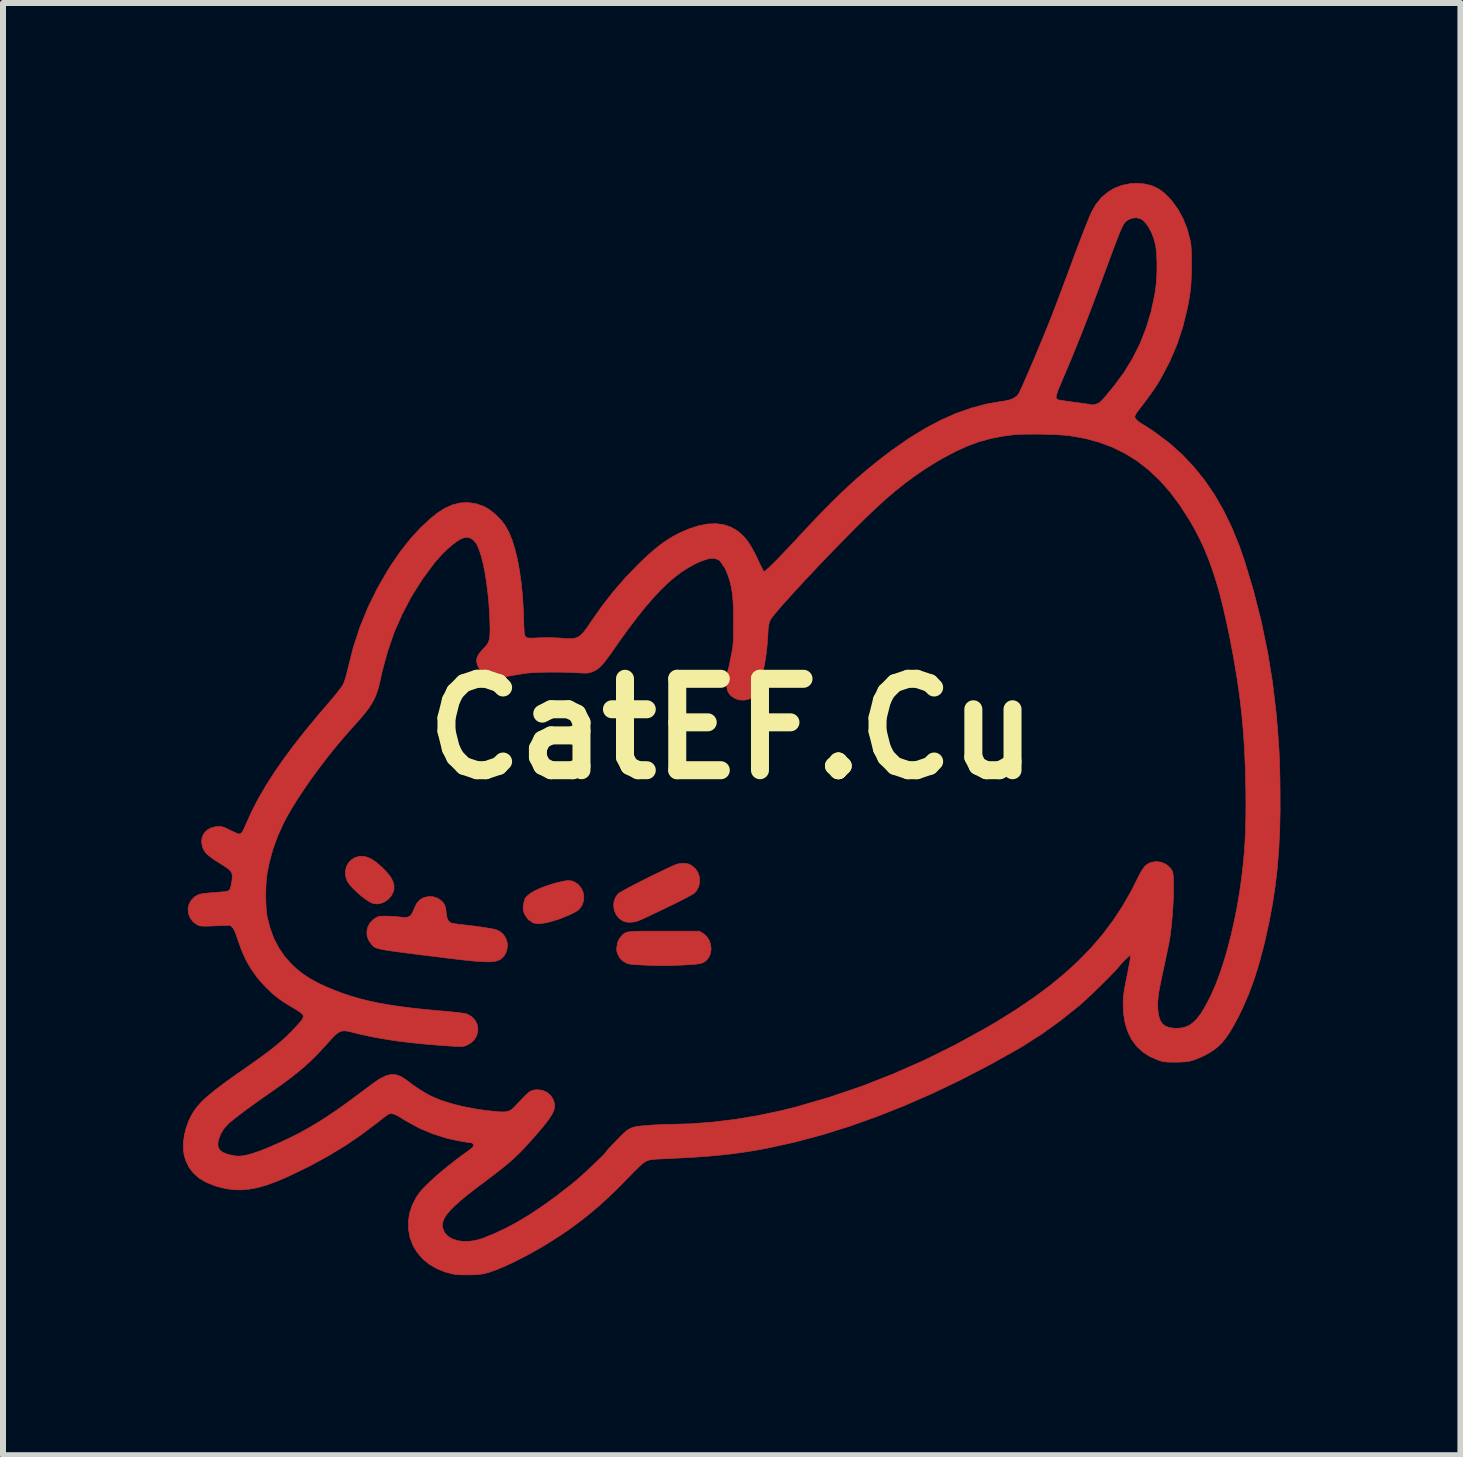
<source format=kicad_pcb>
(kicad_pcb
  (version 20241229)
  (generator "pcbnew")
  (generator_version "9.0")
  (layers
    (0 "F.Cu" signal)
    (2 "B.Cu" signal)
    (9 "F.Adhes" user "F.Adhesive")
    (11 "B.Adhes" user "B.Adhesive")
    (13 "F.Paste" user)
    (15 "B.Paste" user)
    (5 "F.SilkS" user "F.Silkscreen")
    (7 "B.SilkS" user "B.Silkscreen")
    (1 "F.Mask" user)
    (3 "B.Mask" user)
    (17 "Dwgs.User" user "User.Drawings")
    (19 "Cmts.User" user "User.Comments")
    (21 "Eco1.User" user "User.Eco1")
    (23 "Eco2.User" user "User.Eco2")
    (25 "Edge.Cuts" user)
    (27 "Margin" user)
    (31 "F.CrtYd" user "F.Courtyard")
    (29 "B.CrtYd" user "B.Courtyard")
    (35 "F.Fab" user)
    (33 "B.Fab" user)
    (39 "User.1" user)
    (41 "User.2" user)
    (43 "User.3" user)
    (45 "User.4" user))
  (footprint "CatEF.Cu"
    (layer "F.Cu")
    (at 9.145 9.098)
    (property "Reference" "CatEF.Cu" (at 0 0 0) (layer "F.SilkS") (effects (font (size 1.524 1.524) (thickness 0.3))))
    (attr through_hole)
    (fp_poly (pts (xy -6.076 2.138) (xy -6.005 2.17) (xy -5.928 2.222) (xy -5.843 2.295) (xy -5.828 2.309) (xy -5.746 2.393) (xy -5.685 2.469) (xy -5.647 2.54) (xy -5.628 2.607) (xy -5.629 2.672) (xy -5.639 2.713) (xy -5.673 2.782) (xy -5.723 2.839) (xy -5.784 2.883) (xy -5.853 2.91) (xy -5.923 2.919) (xy -5.988 2.906) (xy -6.041 2.88) (xy -6.103 2.839) (xy -6.17 2.788) (xy -6.238 2.729) (xy -6.301 2.669) (xy -6.355 2.611) (xy -6.394 2.559) (xy -6.409 2.534) (xy -6.435 2.453) (xy -6.438 2.375) (xy -6.422 2.301) (xy -6.388 2.236) (xy -6.338 2.182) (xy -6.275 2.144) (xy -6.201 2.124) (xy -6.142 2.123) (xy -6.076 2.138)) (stroke (width 0.01) (type solid)) (fill yes) (layer "F.Cu"))
    (fp_poly (pts (xy -2.677 2.533) (xy -2.64 2.544) (xy -2.623 2.551) (xy -2.557 2.594) (xy -2.508 2.653) (xy -2.477 2.721) (xy -2.464 2.795) (xy -2.47 2.87) (xy -2.495 2.941) (xy -2.541 3.004) (xy -2.555 3.018) (xy -2.585 3.038) (xy -2.632 3.065) (xy -2.689 3.093) (xy -2.738 3.115) (xy -2.872 3.168) (xy -2.994 3.207) (xy -3.101 3.233) (xy -3.192 3.246) (xy -3.265 3.244) (xy -3.299 3.236) (xy -3.327 3.224) (xy -3.34 3.212) (xy -3.34 3.211) (xy -3.35 3.201) (xy -3.356 3.2) (xy -3.376 3.189) (xy -3.402 3.161) (xy -3.429 3.124) (xy -3.453 3.083) (xy -3.468 3.045) (xy -3.468 3.044) (xy -3.476 2.97) (xy -3.463 2.89) (xy -3.453 2.861) (xy -3.445 2.836) (xy -3.444 2.826) (xy -3.444 2.826) (xy -3.438 2.818) (xy -3.418 2.797) (xy -3.394 2.773) (xy -3.346 2.736) (xy -3.278 2.697) (xy -3.193 2.658) (xy -3.097 2.621) (xy -2.994 2.587) (xy -2.912 2.564) (xy -2.83 2.545) (xy -2.767 2.533) (xy -2.718 2.529) (xy -2.677 2.533)) (stroke (width 0.01) (type solid)) (fill yes) (layer "F.Cu"))
    (fp_poly (pts (xy -1.129 3.372) (xy -0.538 3.372) (xy -0.476 3.41) (xy -0.418 3.459) (xy -0.376 3.522) (xy -0.351 3.594) (xy -0.343 3.669) (xy -0.353 3.742) (xy -0.382 3.809) (xy -0.421 3.857) (xy -0.445 3.877) (xy -0.471 3.893) (xy -0.503 3.905) (xy -0.544 3.915) (xy -0.598 3.922) (xy -0.668 3.928) (xy -0.757 3.933) (xy -0.828 3.937) (xy -0.922 3.941) (xy -0.999 3.944) (xy -1.063 3.946) (xy -1.121 3.947) (xy -1.177 3.947) (xy -1.238 3.945) (xy -1.308 3.943) (xy -1.394 3.94) (xy -1.484 3.936) (xy -1.567 3.932) (xy -1.629 3.928) (xy -1.674 3.924) (xy -1.707 3.919) (xy -1.733 3.912) (xy -1.755 3.903) (xy -1.779 3.89) (xy -1.782 3.888) (xy -1.83 3.856) (xy -1.864 3.818) (xy -1.884 3.783) (xy -1.905 3.739) (xy -1.915 3.702) (xy -1.916 3.659) (xy -1.914 3.638) (xy -1.902 3.564) (xy -1.877 3.505) (xy -1.836 3.452) (xy -1.833 3.45) (xy -1.816 3.432) (xy -1.8 3.417) (xy -1.783 3.405) (xy -1.764 3.395) (xy -1.739 3.388) (xy -1.707 3.382) (xy -1.664 3.378) (xy -1.609 3.375) (xy -1.54 3.373) (xy -1.454 3.372) (xy -1.348 3.372) (xy -1.221 3.372) (xy -1.129 3.372)) (stroke (width 0.01) (type solid)) (fill yes) (layer "F.Cu"))
    (fp_poly (pts (xy -0.761 2.244) (xy -0.723 2.251) (xy -0.686 2.268) (xy -0.666 2.28) (xy -0.605 2.331) (xy -0.562 2.396) (xy -0.538 2.47) (xy -0.533 2.547) (xy -0.548 2.623) (xy -0.583 2.693) (xy -0.607 2.722) (xy -0.621 2.735) (xy -0.641 2.75) (xy -0.67 2.767) (xy -0.708 2.789) (xy -0.758 2.816) (xy -0.823 2.849) (xy -0.902 2.889) (xy -0.999 2.936) (xy -1.116 2.993) (xy -1.251 3.058) (xy -1.348 3.104) (xy -1.425 3.14) (xy -1.486 3.168) (xy -1.533 3.189) (xy -1.57 3.203) (xy -1.601 3.212) (xy -1.627 3.217) (xy -1.654 3.22) (xy -1.67 3.222) (xy -1.728 3.223) (xy -1.771 3.217) (xy -1.81 3.203) (xy -1.811 3.203) (xy -1.875 3.159) (xy -1.923 3.101) (xy -1.954 3.031) (xy -1.967 2.957) (xy -1.962 2.881) (xy -1.936 2.809) (xy -1.895 2.751) (xy -1.874 2.736) (xy -1.834 2.712) (xy -1.775 2.679) (xy -1.703 2.639) (xy -1.618 2.595) (xy -1.524 2.546) (xy -1.423 2.496) (xy -1.319 2.444) (xy -1.213 2.393) (xy -1.11 2.343) (xy -1.06 2.32) (xy -0.993 2.289) (xy -0.942 2.267) (xy -0.903 2.254) (xy -0.869 2.246) (xy -0.836 2.243) (xy -0.812 2.242) (xy -0.761 2.244)) (stroke (width 0.01) (type solid)) (fill yes) (layer "F.Cu"))
    (fp_poly (pts (xy -4.979 2.798) (xy -4.907 2.82) (xy -4.843 2.862) (xy -4.839 2.866) (xy -4.806 2.9) (xy -4.784 2.937) (xy -4.769 2.984) (xy -4.76 3.048) (xy -4.757 3.071) (xy -4.746 3.142) (xy -4.727 3.192) (xy -4.697 3.224) (xy -4.671 3.237) (xy -4.641 3.243) (xy -4.593 3.251) (xy -4.535 3.259) (xy -4.489 3.264) (xy -4.391 3.275) (xy -4.291 3.287) (xy -4.194 3.3) (xy -4.104 3.314) (xy -4.026 3.327) (xy -3.965 3.338) (xy -3.929 3.347) (xy -3.86 3.379) (xy -3.803 3.43) (xy -3.762 3.495) (xy -3.74 3.57) (xy -3.739 3.641) (xy -3.758 3.722) (xy -3.794 3.788) (xy -3.846 3.836) (xy -3.865 3.847) (xy -3.895 3.86) (xy -3.928 3.87) (xy -3.966 3.877) (xy -4.012 3.881) (xy -4.066 3.883) (xy -4.133 3.881) (xy -4.212 3.877) (xy -4.307 3.869) (xy -4.419 3.858) (xy -4.551 3.843) (xy -4.704 3.825) (xy -4.87 3.804) (xy -5.058 3.781) (xy -5.222 3.761) (xy -5.364 3.743) (xy -5.486 3.727) (xy -5.589 3.713) (xy -5.676 3.701) (xy -5.748 3.69) (xy -5.807 3.68) (xy -5.853 3.671) (xy -5.89 3.662) (xy -5.919 3.653) (xy -5.941 3.644) (xy -5.958 3.634) (xy -5.972 3.623) (xy -5.985 3.611) (xy -5.997 3.597) (xy -6.005 3.589) (xy -6.052 3.521) (xy -6.077 3.446) (xy -6.08 3.37) (xy -6.062 3.296) (xy -6.024 3.229) (xy -5.967 3.172) (xy -5.926 3.147) (xy -5.898 3.134) (xy -5.868 3.126) (xy -5.829 3.122) (xy -5.776 3.121) (xy -5.747 3.122) (xy -5.678 3.124) (xy -5.605 3.129) (xy -5.541 3.135) (xy -5.523 3.137) (xy -5.452 3.144) (xy -5.399 3.138) (xy -5.36 3.118) (xy -5.329 3.081) (xy -5.302 3.024) (xy -5.298 3.011) (xy -5.276 2.962) (xy -5.251 2.914) (xy -5.238 2.894) (xy -5.188 2.843) (xy -5.125 2.81) (xy -5.054 2.795) (xy -4.979 2.798)) (stroke (width 0.01) (type solid)) (fill yes) (layer "F.Cu"))
    (fp_poly (pts (xy 6.878 -9.083) (xy 7 -9.054) (xy 7.11 -9.003) (xy 7.213 -8.929) (xy 7.309 -8.832) (xy 7.334 -8.803) (xy 7.439 -8.658) (xy 7.522 -8.506) (xy 7.588 -8.342) (xy 7.636 -8.166) (xy 7.645 -8.122) (xy 7.652 -8.08) (xy 7.657 -8.034) (xy 7.661 -7.98) (xy 7.663 -7.913) (xy 7.663 -7.83) (xy 7.664 -7.753) (xy 7.663 -7.617) (xy 7.659 -7.5) (xy 7.653 -7.393) (xy 7.642 -7.291) (xy 7.627 -7.186) (xy 7.607 -7.072) (xy 7.594 -7.01) (xy 7.521 -6.708) (xy 7.425 -6.415) (xy 7.304 -6.13) (xy 7.16 -5.855) (xy 7.129 -5.802) (xy 7.096 -5.748) (xy 7.062 -5.695) (xy 7.025 -5.64) (xy 6.982 -5.579) (xy 6.932 -5.51) (xy 6.871 -5.429) (xy 6.798 -5.333) (xy 6.753 -5.274) (xy 6.732 -5.24) (xy 6.719 -5.209) (xy 6.718 -5.201) (xy 6.731 -5.168) (xy 6.767 -5.131) (xy 6.826 -5.089) (xy 6.86 -5.069) (xy 6.899 -5.046) (xy 6.951 -5.012) (xy 7.011 -4.973) (xy 7.069 -4.932) (xy 7.297 -4.76) (xy 7.508 -4.571) (xy 7.702 -4.366) (xy 7.882 -4.144) (xy 8.046 -3.903) (xy 8.196 -3.643) (xy 8.332 -3.363) (xy 8.456 -3.062) (xy 8.545 -2.807) (xy 8.696 -2.306) (xy 8.825 -1.796) (xy 8.932 -1.281) (xy 9.016 -0.764) (xy 9.076 -0.249) (xy 9.086 -0.133) (xy 9.098 0.012) (xy 9.108 0.141) (xy 9.116 0.258) (xy 9.123 0.369) (xy 9.128 0.479) (xy 9.132 0.593) (xy 9.135 0.717) (xy 9.138 0.856) (xy 9.14 1.01) (xy 9.141 1.363) (xy 9.134 1.697) (xy 9.118 2.014) (xy 9.094 2.319) (xy 9.059 2.617) (xy 9.015 2.911) (xy 8.96 3.205) (xy 8.895 3.504) (xy 8.856 3.664) (xy 8.783 3.935) (xy 8.704 4.184) (xy 8.618 4.417) (xy 8.524 4.636) (xy 8.44 4.809) (xy 8.368 4.943) (xy 8.301 5.057) (xy 8.236 5.152) (xy 8.171 5.232) (xy 8.102 5.299) (xy 8.028 5.357) (xy 7.946 5.409) (xy 7.855 5.456) (xy 7.771 5.493) (xy 7.699 5.52) (xy 7.63 5.539) (xy 7.557 5.549) (xy 7.472 5.554) (xy 7.391 5.555) (xy 7.316 5.555) (xy 7.26 5.553) (xy 7.217 5.549) (xy 7.179 5.542) (xy 7.141 5.532) (xy 7.106 5.52) (xy 6.968 5.46) (xy 6.849 5.383) (xy 6.748 5.288) (xy 6.666 5.176) (xy 6.602 5.048) (xy 6.557 4.903) (xy 6.531 4.741) (xy 6.525 4.591) (xy 6.525 4.54) (xy 6.528 4.492) (xy 6.532 4.442) (xy 6.539 4.387) (xy 6.55 4.322) (xy 6.565 4.242) (xy 6.584 4.143) (xy 6.591 4.11) (xy 6.608 4.022) (xy 6.623 3.943) (xy 6.636 3.876) (xy 6.645 3.823) (xy 6.65 3.789) (xy 6.651 3.777) (xy 6.638 3.78) (xy 6.612 3.798) (xy 6.577 3.828) (xy 6.539 3.866) (xy 6.5 3.908) (xy 6.475 3.937) (xy 6.434 3.985) (xy 6.377 4.047) (xy 6.308 4.119) (xy 6.23 4.198) (xy 6.146 4.281) (xy 6.06 4.364) (xy 5.976 4.444) (xy 5.896 4.519) (xy 5.824 4.584) (xy 5.779 4.623) (xy 5.477 4.864) (xy 5.167 5.087) (xy 4.853 5.287) (xy 4.769 5.337) (xy 4.297 5.601) (xy 3.825 5.846) (xy 3.355 6.071) (xy 2.887 6.276) (xy 2.424 6.46) (xy 1.965 6.623) (xy 1.512 6.765) (xy 1.067 6.884) (xy 0.63 6.981) (xy 0.476 7.01) (xy 0.323 7.037) (xy 0.173 7.06) (xy 0.023 7.08) (xy -0.13 7.098) (xy -0.291 7.114) (xy -0.462 7.128) (xy -0.648 7.141) (xy -0.852 7.152) (xy -1.073 7.163) (xy -1.168 7.167) (xy -1.241 7.171) (xy -1.296 7.175) (xy -1.338 7.179) (xy -1.369 7.185) (xy -1.393 7.192) (xy -1.415 7.201) (xy -1.429 7.207) (xy -1.455 7.223) (xy -1.49 7.25) (xy -1.534 7.289) (xy -1.589 7.342) (xy -1.658 7.41) (xy -1.74 7.495) (xy -1.901 7.659) (xy -2.053 7.806) (xy -2.199 7.939) (xy -2.344 8.063) (xy -2.491 8.181) (xy -2.646 8.297) (xy -2.746 8.368) (xy -2.889 8.464) (xy -3.04 8.56) (xy -3.195 8.653) (xy -3.353 8.742) (xy -3.508 8.824) (xy -3.658 8.899) (xy -3.799 8.964) (xy -3.928 9.017) (xy -4.04 9.057) (xy -4.058 9.062) (xy -4.109 9.076) (xy -4.156 9.086) (xy -4.207 9.093) (xy -4.267 9.097) (xy -4.344 9.1) (xy -4.362 9.1) (xy -4.435 9.101) (xy -4.504 9.1) (xy -4.563 9.098) (xy -4.605 9.095) (xy -4.614 9.093) (xy -4.77 9.055) (xy -4.913 8.997) (xy -5.041 8.923) (xy -5.151 8.832) (xy -5.241 8.727) (xy -5.313 8.607) (xy -5.361 8.479) (xy -5.386 8.345) (xy -5.388 8.209) (xy -5.368 8.073) (xy -5.324 7.939) (xy -5.258 7.81) (xy -5.201 7.727) (xy -5.153 7.671) (xy -5.087 7.604) (xy -5.007 7.527) (xy -4.915 7.445) (xy -4.815 7.359) (xy -4.709 7.273) (xy -4.601 7.188) (xy -4.495 7.109) (xy -4.448 7.076) (xy -4.382 7.028) (xy -4.336 6.99) (xy -4.309 6.962) (xy -4.298 6.94) (xy -4.303 6.922) (xy -4.312 6.913) (xy -4.337 6.899) (xy -4.349 6.896) (xy -4.384 6.893) (xy -4.437 6.886) (xy -4.503 6.874) (xy -4.575 6.861) (xy -4.648 6.846) (xy -4.715 6.831) (xy -4.757 6.82) (xy -4.983 6.749) (xy -5.199 6.658) (xy -5.411 6.544) (xy -5.499 6.49) (xy -5.568 6.448) (xy -5.623 6.423) (xy -5.666 6.413) (xy -5.704 6.416) (xy -5.728 6.426) (xy -5.746 6.439) (xy -5.78 6.464) (xy -5.825 6.498) (xy -5.876 6.539) (xy -5.891 6.551) (xy -6.162 6.756) (xy -6.444 6.948) (xy -6.74 7.127) (xy -7.054 7.297) (xy -7.389 7.458) (xy -7.41 7.468) (xy -7.589 7.544) (xy -7.753 7.604) (xy -7.905 7.647) (xy -8.047 7.673) (xy -8.182 7.684) (xy -8.315 7.68) (xy -8.448 7.66) (xy -8.583 7.625) (xy -8.625 7.612) (xy -8.761 7.556) (xy -8.877 7.487) (xy -8.971 7.403) (xy -9.046 7.305) (xy -9.1 7.191) (xy -9.126 7.102) (xy -9.14 7.003) (xy -9.138 6.916) (xy -8.565 6.916) (xy -8.558 6.973) (xy -8.532 7.02) (xy -8.484 7.057) (xy -8.413 7.087) (xy -8.32 7.11) (xy -8.266 7.119) (xy -8.209 7.122) (xy -8.141 7.116) (xy -8.063 7.099) (xy -7.971 7.073) (xy -7.863 7.035) (xy -7.739 6.986) (xy -7.596 6.924) (xy -7.504 6.883) (xy -7.349 6.81) (xy -7.198 6.733) (xy -7.049 6.651) (xy -6.899 6.562) (xy -6.744 6.464) (xy -6.582 6.354) (xy -6.41 6.232) (xy -6.225 6.095) (xy -6.118 6.015) (xy -6.052 5.965) (xy -5.987 5.918) (xy -5.928 5.876) (xy -5.88 5.843) (xy -5.853 5.826) (xy -5.762 5.782) (xy -5.678 5.761) (xy -5.597 5.765) (xy -5.516 5.793) (xy -5.433 5.845) (xy -5.42 5.855) (xy -5.316 5.933) (xy -5.209 6.006) (xy -5.107 6.069) (xy -5.016 6.119) (xy -5.007 6.123) (xy -4.853 6.188) (xy -4.677 6.245) (xy -4.483 6.294) (xy -4.275 6.334) (xy -4.128 6.356) (xy -4.014 6.369) (xy -3.921 6.379) (xy -3.848 6.384) (xy -3.79 6.384) (xy -3.743 6.378) (xy -3.706 6.366) (xy -3.674 6.349) (xy -3.644 6.325) (xy -3.62 6.3) (xy -3.584 6.263) (xy -3.539 6.215) (xy -3.492 6.166) (xy -3.476 6.149) (xy -3.421 6.093) (xy -3.376 6.055) (xy -3.335 6.031) (xy -3.293 6.019) (xy -3.244 6.015) (xy -3.232 6.015) (xy -3.149 6.026) (xy -3.076 6.059) (xy -3.017 6.11) (xy -2.975 6.177) (xy -2.959 6.224) (xy -2.952 6.262) (xy -2.952 6.301) (xy -2.959 6.341) (xy -2.975 6.385) (xy -3.001 6.435) (xy -3.038 6.492) (xy -3.087 6.559) (xy -3.149 6.636) (xy -3.226 6.727) (xy -3.318 6.832) (xy -3.412 6.936) (xy -3.472 7.002) (xy -3.531 7.063) (xy -3.591 7.121) (xy -3.654 7.18) (xy -3.725 7.241) (xy -3.805 7.307) (xy -3.897 7.379) (xy -4.003 7.461) (xy -4.127 7.555) (xy -4.159 7.579) (xy -4.305 7.689) (xy -4.43 7.788) (xy -4.536 7.876) (xy -4.623 7.955) (xy -4.693 8.026) (xy -4.747 8.09) (xy -4.785 8.148) (xy -4.809 8.202) (xy -4.82 8.253) (xy -4.819 8.302) (xy -4.813 8.331) (xy -4.783 8.399) (xy -4.732 8.455) (xy -4.664 8.498) (xy -4.582 8.527) (xy -4.488 8.543) (xy -4.385 8.543) (xy -4.277 8.528) (xy -4.165 8.497) (xy -4.153 8.493) (xy -3.96 8.415) (xy -3.765 8.324) (xy -3.566 8.217) (xy -3.362 8.094) (xy -3.151 7.953) (xy -2.93 7.794) (xy -2.698 7.614) (xy -2.639 7.567) (xy -2.595 7.53) (xy -2.542 7.484) (xy -2.482 7.43) (xy -2.419 7.372) (xy -2.354 7.312) (xy -2.291 7.252) (xy -2.232 7.196) (xy -2.181 7.146) (xy -2.139 7.104) (xy -2.11 7.073) (xy -2.096 7.055) (xy -2.095 7.053) (xy -2.089 7.043) (xy -2.07 7.02) (xy -2.037 6.983) (xy -1.989 6.933) (xy -1.924 6.866) (xy -1.848 6.788) (xy -1.795 6.737) (xy -1.75 6.697) (xy -1.706 6.668) (xy -1.659 6.647) (xy -1.604 6.632) (xy -1.536 6.621) (xy -1.449 6.613) (xy -1.403 6.609) (xy -1.315 6.603) (xy -1.219 6.598) (xy -1.125 6.594) (xy -1.044 6.592) (xy -1.019 6.592) (xy -0.67 6.582) (xy -0.31 6.554) (xy 0.059 6.509) (xy 0.43 6.447) (xy 0.799 6.37) (xy 1.082 6.3) (xy 1.63 6.14) (xy 2.169 5.957) (xy 2.699 5.749) (xy 3.222 5.518) (xy 3.736 5.263) (xy 4.243 4.984) (xy 4.42 4.88) (xy 4.739 4.681) (xy 5.034 4.481) (xy 5.306 4.279) (xy 5.556 4.073) (xy 5.785 3.863) (xy 5.994 3.647) (xy 6.186 3.424) (xy 6.359 3.193) (xy 6.517 2.952) (xy 6.66 2.702) (xy 6.744 2.535) (xy 6.79 2.443) (xy 6.829 2.372) (xy 6.865 2.318) (xy 6.899 2.279) (xy 6.935 2.251) (xy 6.975 2.232) (xy 7.005 2.222) (xy 7.085 2.212) (xy 7.165 2.225) (xy 7.238 2.257) (xy 7.3 2.308) (xy 7.325 2.34) (xy 7.338 2.36) (xy 7.347 2.38) (xy 7.354 2.403) (xy 7.358 2.435) (xy 7.361 2.479) (xy 7.363 2.542) (xy 7.364 2.594) (xy 7.364 2.699) (xy 7.361 2.819) (xy 7.355 2.949) (xy 7.346 3.082) (xy 7.335 3.212) (xy 7.323 3.333) (xy 7.31 3.438) (xy 7.302 3.487) (xy 7.293 3.54) (xy 7.279 3.612) (xy 7.261 3.699) (xy 7.241 3.795) (xy 7.22 3.895) (xy 7.202 3.979) (xy 7.174 4.11) (xy 7.151 4.22) (xy 7.133 4.311) (xy 7.119 4.388) (xy 7.11 4.454) (xy 7.104 4.511) (xy 7.101 4.563) (xy 7.101 4.614) (xy 7.102 4.666) (xy 7.102 4.667) (xy 7.114 4.769) (xy 7.138 4.85) (xy 7.176 4.912) (xy 7.229 4.955) (xy 7.299 4.98) (xy 7.387 4.991) (xy 7.41 4.991) (xy 7.49 4.986) (xy 7.562 4.969) (xy 7.629 4.94) (xy 7.692 4.895) (xy 7.753 4.834) (xy 7.814 4.755) (xy 7.877 4.655) (xy 7.942 4.534) (xy 7.989 4.44) (xy 8.061 4.278) (xy 8.132 4.093) (xy 8.2 3.889) (xy 8.264 3.67) (xy 8.324 3.437) (xy 8.379 3.195) (xy 8.428 2.946) (xy 8.47 2.695) (xy 8.483 2.603) (xy 8.507 2.419) (xy 8.527 2.242) (xy 8.543 2.067) (xy 8.555 1.89) (xy 8.564 1.706) (xy 8.569 1.512) (xy 8.571 1.303) (xy 8.57 1.074) (xy 8.569 0.984) (xy 8.561 0.646) (xy 8.547 0.326) (xy 8.526 0.019) (xy 8.498 -0.281) (xy 8.462 -0.58) (xy 8.417 -0.884) (xy 8.364 -1.199) (xy 8.355 -1.244) (xy 8.301 -1.528) (xy 8.246 -1.789) (xy 8.191 -2.029) (xy 8.135 -2.251) (xy 8.076 -2.456) (xy 8.015 -2.646) (xy 7.95 -2.825) (xy 7.881 -2.993) (xy 7.807 -3.155) (xy 7.727 -3.31) (xy 7.64 -3.463) (xy 7.617 -3.501) (xy 7.462 -3.741) (xy 7.299 -3.957) (xy 7.128 -4.149) (xy 6.948 -4.318) (xy 6.759 -4.465) (xy 6.559 -4.59) (xy 6.348 -4.694) (xy 6.124 -4.778) (xy 5.888 -4.841) (xy 5.638 -4.885) (xy 5.601 -4.89) (xy 5.531 -4.896) (xy 5.442 -4.902) (xy 5.34 -4.906) (xy 5.229 -4.91) (xy 5.114 -4.912) (xy 5.002 -4.912) (xy 4.897 -4.911) (xy 4.804 -4.909) (xy 4.729 -4.905) (xy 4.705 -4.903) (xy 4.501 -4.876) (xy 4.307 -4.837) (xy 4.118 -4.784) (xy 3.93 -4.715) (xy 3.74 -4.629) (xy 3.542 -4.525) (xy 3.4 -4.443) (xy 3.22 -4.33) (xy 3.05 -4.214) (xy 2.885 -4.092) (xy 2.721 -3.961) (xy 2.553 -3.817) (xy 2.377 -3.655) (xy 2.343 -3.623) (xy 2.249 -3.533) (xy 2.148 -3.434) (xy 2.04 -3.327) (xy 1.927 -3.213) (xy 1.81 -3.094) (xy 1.692 -2.973) (xy 1.573 -2.849) (xy 1.455 -2.726) (xy 1.34 -2.603) (xy 1.228 -2.484) (xy 1.122 -2.37) (xy 1.022 -2.261) (xy 0.931 -2.16) (xy 0.849 -2.069) (xy 0.779 -1.988) (xy 0.721 -1.92) (xy 0.678 -1.865) (xy 0.65 -1.826) (xy 0.641 -1.81) (xy 0.627 -1.772) (xy 0.617 -1.728) (xy 0.609 -1.671) (xy 0.604 -1.596) (xy 0.604 -1.594) (xy 0.595 -1.447) (xy 0.583 -1.316) (xy 0.567 -1.193) (xy 0.546 -1.07) (xy 0.533 -1.002) (xy 0.504 -0.867) (xy 0.476 -0.758) (xy 0.448 -0.671) (xy 0.42 -0.608) (xy 0.401 -0.577) (xy 0.347 -0.526) (xy 0.28 -0.493) (xy 0.207 -0.479) (xy 0.131 -0.482) (xy 0.059 -0.505) (xy -0.004 -0.545) (xy -0.03 -0.572) (xy -0.055 -0.606) (xy -0.071 -0.642) (xy -0.079 -0.687) (xy -0.082 -0.747) (xy -0.082 -0.775) (xy -0.081 -0.845) (xy -0.078 -0.898) (xy -0.071 -0.942) (xy -0.06 -0.984) (xy -0.055 -1) (xy -0.043 -1.047) (xy -0.032 -1.094) (xy -0.031 -1.102) (xy -0.025 -1.141) (xy -0.019 -1.172) (xy -0.018 -1.175) (xy -0.004 -1.241) (xy 0.007 -1.297) (xy 0.015 -1.346) (xy 0.021 -1.394) (xy 0.025 -1.445) (xy 0.028 -1.504) (xy 0.03 -1.575) (xy 0.03 -1.662) (xy 0.031 -1.759) (xy 0.03 -1.897) (xy 0.028 -2.014) (xy 0.024 -2.114) (xy 0.017 -2.2) (xy 0.008 -2.278) (xy -0.004 -2.351) (xy -0.02 -2.423) (xy -0.027 -2.45) (xy -0.042 -2.502) (xy -0.061 -2.557) (xy -0.083 -2.611) (xy -0.104 -2.66) (xy -0.123 -2.696) (xy -0.137 -2.716) (xy -0.142 -2.718) (xy -0.151 -2.728) (xy -0.152 -2.737) (xy -0.158 -2.754) (xy -0.164 -2.756) (xy -0.176 -2.766) (xy -0.181 -2.781) (xy -0.198 -2.803) (xy -0.233 -2.823) (xy -0.277 -2.838) (xy -0.323 -2.845) (xy -0.325 -2.845) (xy -0.373 -2.838) (xy -0.436 -2.821) (xy -0.511 -2.794) (xy -0.59 -2.759) (xy -0.616 -2.746) (xy -0.729 -2.684) (xy -0.842 -2.611) (xy -0.956 -2.525) (xy -1.071 -2.425) (xy -1.189 -2.31) (xy -1.312 -2.178) (xy -1.44 -2.03) (xy -1.574 -1.862) (xy -1.716 -1.675) (xy -1.867 -1.467) (xy -1.98 -1.305) (xy -2.046 -1.211) (xy -2.103 -1.135) (xy -2.151 -1.076) (xy -2.195 -1.031) (xy -2.236 -0.997) (xy -2.277 -0.972) (xy -2.321 -0.952) (xy -2.322 -0.952) (xy -2.352 -0.941) (xy -2.379 -0.934) (xy -2.409 -0.93) (xy -2.448 -0.929) (xy -2.5 -0.931) (xy -2.571 -0.935) (xy -2.578 -0.935) (xy -2.684 -0.94) (xy -2.8 -0.944) (xy -2.919 -0.945) (xy -3.038 -0.945) (xy -3.152 -0.943) (xy -3.255 -0.94) (xy -3.342 -0.935) (xy -3.409 -0.929) (xy -3.41 -0.929) (xy -3.475 -0.92) (xy -3.554 -0.907) (xy -3.637 -0.893) (xy -3.702 -0.881) (xy -3.822 -0.861) (xy -3.921 -0.852) (xy -4.002 -0.855) (xy -4.069 -0.871) (xy -4.123 -0.9) (xy -4.168 -0.943) (xy -4.203 -0.994) (xy -4.238 -1.065) (xy -4.252 -1.127) (xy -4.245 -1.185) (xy -4.217 -1.243) (xy -4.166 -1.306) (xy -4.148 -1.324) (xy -4.109 -1.366) (xy -4.079 -1.403) (xy -4.056 -1.441) (xy -4.041 -1.483) (xy -4.032 -1.533) (xy -4.028 -1.596) (xy -4.027 -1.676) (xy -4.03 -1.776) (xy -4.03 -1.79) (xy -4.038 -1.968) (xy -4.051 -2.143) (xy -4.069 -2.313) (xy -4.091 -2.474) (xy -4.115 -2.623) (xy -4.143 -2.76) (xy -4.174 -2.88) (xy -4.207 -2.981) (xy -4.241 -3.061) (xy -4.258 -3.091) (xy -4.305 -3.148) (xy -4.36 -3.182) (xy -4.418 -3.193) (xy -4.456 -3.188) (xy -4.517 -3.163) (xy -4.588 -3.12) (xy -4.666 -3.06) (xy -4.75 -2.986) (xy -4.836 -2.901) (xy -4.92 -2.807) (xy -4.961 -2.758) (xy -5.158 -2.491) (xy -5.335 -2.211) (xy -5.49 -1.917) (xy -5.624 -1.612) (xy -5.734 -1.295) (xy -5.823 -0.968) (xy -5.842 -0.881) (xy -5.867 -0.767) (xy -5.893 -0.668) (xy -5.922 -0.581) (xy -5.956 -0.501) (xy -5.997 -0.424) (xy -6.048 -0.347) (xy -6.11 -0.265) (xy -6.185 -0.175) (xy -6.277 -0.072) (xy -6.302 -0.044) (xy -6.446 0.118) (xy -6.591 0.289) (xy -6.734 0.467) (xy -6.872 0.648) (xy -7.005 0.829) (xy -7.129 1.007) (xy -7.242 1.179) (xy -7.343 1.342) (xy -7.429 1.493) (xy -7.474 1.581) (xy -7.571 1.797) (xy -7.648 2.011) (xy -7.708 2.233) (xy -7.743 2.407) (xy -7.753 2.489) (xy -7.761 2.587) (xy -7.765 2.695) (xy -7.766 2.807) (xy -7.763 2.915) (xy -7.757 3.014) (xy -7.748 3.097) (xy -7.743 3.129) (xy -7.695 3.319) (xy -7.632 3.491) (xy -7.551 3.647) (xy -7.452 3.792) (xy -7.354 3.904) (xy -7.256 3.998) (xy -7.151 4.082) (xy -7.033 4.16) (xy -6.899 4.234) (xy -6.747 4.305) (xy -6.628 4.354) (xy -6.492 4.406) (xy -6.354 4.452) (xy -6.211 4.494) (xy -6.062 4.532) (xy -5.904 4.566) (xy -5.734 4.597) (xy -5.55 4.625) (xy -5.349 4.651) (xy -5.128 4.675) (xy -4.885 4.698) (xy -4.813 4.704) (xy -4.689 4.715) (xy -4.586 4.726) (xy -4.504 4.736) (xy -4.445 4.745) (xy -4.41 4.753) (xy -4.405 4.755) (xy -4.333 4.797) (xy -4.28 4.852) (xy -4.246 4.916) (xy -4.23 4.985) (xy -4.234 5.056) (xy -4.256 5.125) (xy -4.296 5.187) (xy -4.355 5.24) (xy -4.427 5.278) (xy -4.447 5.285) (xy -4.466 5.29) (xy -4.488 5.293) (xy -4.517 5.295) (xy -4.556 5.294) (xy -4.609 5.292) (xy -4.678 5.287) (xy -4.769 5.281) (xy -4.806 5.279) (xy -5.083 5.257) (xy -5.338 5.231) (xy -5.573 5.203) (xy -5.791 5.169) (xy -5.996 5.132) (xy -6.19 5.09) (xy -6.238 5.078) (xy -6.317 5.058) (xy -6.381 5.043) (xy -6.434 5.034) (xy -6.478 5.034) (xy -6.517 5.042) (xy -6.555 5.061) (xy -6.596 5.092) (xy -6.642 5.137) (xy -6.697 5.196) (xy -6.765 5.272) (xy -6.797 5.308) (xy -6.898 5.416) (xy -7.002 5.52) (xy -7.112 5.621) (xy -7.233 5.723) (xy -7.367 5.828) (xy -7.516 5.939) (xy -7.686 6.058) (xy -7.688 6.06) (xy -7.832 6.16) (xy -7.965 6.255) (xy -8.085 6.342) (xy -8.19 6.421) (xy -8.279 6.49) (xy -8.35 6.547) (xy -8.392 6.585) (xy -8.465 6.665) (xy -8.518 6.754) (xy -8.553 6.849) (xy -8.565 6.916) (xy -9.138 6.916) (xy -9.138 6.891) (xy -9.122 6.771) (xy -9.092 6.651) (xy -9.05 6.535) (xy -9.044 6.524) (xy -9.014 6.461) (xy -8.981 6.402) (xy -8.943 6.344) (xy -8.9 6.288) (xy -8.849 6.231) (xy -8.789 6.171) (xy -8.717 6.108) (xy -8.633 6.039) (xy -8.535 5.963) (xy -8.421 5.878) (xy -8.289 5.784) (xy -8.137 5.678) (xy -8.09 5.645) (xy -7.941 5.54) (xy -7.811 5.446) (xy -7.697 5.361) (xy -7.597 5.282) (xy -7.507 5.206) (xy -7.426 5.133) (xy -7.35 5.058) (xy -7.276 4.98) (xy -7.232 4.932) (xy -7.188 4.882) (xy -7.158 4.842) (xy -7.142 4.81) (xy -7.141 4.781) (xy -7.158 4.753) (xy -7.192 4.723) (xy -7.246 4.687) (xy -7.32 4.643) (xy -7.347 4.627) (xy -7.467 4.553) (xy -7.57 4.48) (xy -7.665 4.401) (xy -7.758 4.312) (xy -7.789 4.28) (xy -7.909 4.143) (xy -8.01 4.001) (xy -8.097 3.85) (xy -8.171 3.683) (xy -8.225 3.531) (xy -8.253 3.449) (xy -8.276 3.388) (xy -8.296 3.346) (xy -8.315 3.317) (xy -8.321 3.31) (xy -8.357 3.274) (xy -8.604 3.283) (xy -8.689 3.286) (xy -8.753 3.288) (xy -8.8 3.288) (xy -8.834 3.286) (xy -8.86 3.283) (xy -8.88 3.277) (xy -8.901 3.268) (xy -8.909 3.264) (xy -8.973 3.219) (xy -9.022 3.156) (xy -9.054 3.079) (xy -9.055 3.074) (xy -9.061 2.998) (xy -9.044 2.925) (xy -9.007 2.857) (xy -8.953 2.801) (xy -8.888 2.763) (xy -8.855 2.754) (xy -8.803 2.745) (xy -8.736 2.737) (xy -8.658 2.73) (xy -8.653 2.73) (xy -8.564 2.723) (xy -8.496 2.718) (xy -8.448 2.712) (xy -8.414 2.707) (xy -8.392 2.7) (xy -8.378 2.692) (xy -8.368 2.682) (xy -8.364 2.676) (xy -8.354 2.65) (xy -8.343 2.608) (xy -8.333 2.556) (xy -8.331 2.544) (xy -8.324 2.486) (xy -8.324 2.44) (xy -8.332 2.402) (xy -8.353 2.369) (xy -8.388 2.335) (xy -8.44 2.298) (xy -8.512 2.252) (xy -8.522 2.246) (xy -8.612 2.189) (xy -8.682 2.14) (xy -8.735 2.097) (xy -8.774 2.056) (xy -8.801 2.015) (xy -8.819 1.971) (xy -8.821 1.966) (xy -8.835 1.884) (xy -8.826 1.81) (xy -8.796 1.744) (xy -8.747 1.691) (xy -8.681 1.652) (xy -8.601 1.63) (xy -8.545 1.626) (xy -8.51 1.628) (xy -8.473 1.638) (xy -8.426 1.657) (xy -8.364 1.687) (xy -8.36 1.689) (xy -8.307 1.715) (xy -8.26 1.736) (xy -8.225 1.749) (xy -8.21 1.753) (xy -8.19 1.749) (xy -8.172 1.738) (xy -8.154 1.714) (xy -8.133 1.675) (xy -8.107 1.618) (xy -8.083 1.562) (xy -7.994 1.366) (xy -7.889 1.163) (xy -7.766 0.952) (xy -7.627 0.734) (xy -7.469 0.505) (xy -7.292 0.267) (xy -7.095 0.017) (xy -6.878 -0.245) (xy -6.712 -0.438) (xy -6.647 -0.515) (xy -6.588 -0.586) (xy -6.539 -0.649) (xy -6.501 -0.7) (xy -6.478 -0.737) (xy -6.475 -0.741) (xy -6.455 -0.79) (xy -6.432 -0.86) (xy -6.41 -0.946) (xy -6.395 -1.007) (xy -6.306 -1.359) (xy -6.195 -1.697) (xy -6.062 -2.023) (xy -5.907 -2.339) (xy -5.728 -2.648) (xy -5.668 -2.743) (xy -5.513 -2.966) (xy -5.355 -3.165) (xy -5.195 -3.341) (xy -5.03 -3.496) (xy -4.909 -3.594) (xy -4.783 -3.676) (xy -4.655 -3.733) (xy -4.526 -3.765) (xy -4.396 -3.772) (xy -4.267 -3.754) (xy -4.138 -3.71) (xy -4.104 -3.694) (xy -4.041 -3.656) (xy -3.971 -3.602) (xy -3.9 -3.537) (xy -3.835 -3.468) (xy -3.782 -3.4) (xy -3.774 -3.387) (xy -3.715 -3.28) (xy -3.661 -3.151) (xy -3.614 -2.999) (xy -3.572 -2.828) (xy -3.537 -2.639) (xy -3.508 -2.432) (xy -3.486 -2.211) (xy -3.472 -1.977) (xy -3.469 -1.883) (xy -3.466 -1.784) (xy -3.463 -1.707) (xy -3.46 -1.648) (xy -3.456 -1.606) (xy -3.452 -1.577) (xy -3.447 -1.557) (xy -3.441 -1.544) (xy -3.435 -1.536) (xy -3.424 -1.526) (xy -3.412 -1.519) (xy -3.394 -1.515) (xy -3.366 -1.513) (xy -3.323 -1.513) (xy -3.262 -1.515) (xy -3.207 -1.518) (xy -3.037 -1.521) (xy -2.879 -1.515) (xy -2.835 -1.511) (xy -2.748 -1.504) (xy -2.677 -1.503) (xy -2.619 -1.509) (xy -2.57 -1.526) (xy -2.525 -1.554) (xy -2.48 -1.597) (xy -2.433 -1.656) (xy -2.378 -1.734) (xy -2.347 -1.78) (xy -2.162 -2.045) (xy -1.97 -2.29) (xy -1.768 -2.522) (xy -1.549 -2.749) (xy -1.535 -2.762) (xy -1.41 -2.881) (xy -1.296 -2.982) (xy -1.19 -3.067) (xy -1.087 -3.14) (xy -0.984 -3.204) (xy -0.883 -3.258) (xy -0.712 -3.333) (xy -0.552 -3.385) (xy -0.402 -3.414) (xy -0.262 -3.42) (xy -0.133 -3.403) (xy -0.014 -3.363) (xy 0.095 -3.3) (xy 0.099 -3.297) (xy 0.162 -3.245) (xy 0.219 -3.187) (xy 0.273 -3.118) (xy 0.326 -3.035) (xy 0.381 -2.935) (xy 0.44 -2.815) (xy 0.449 -2.794) (xy 0.477 -2.735) (xy 0.502 -2.684) (xy 0.521 -2.646) (xy 0.533 -2.625) (xy 0.534 -2.623) (xy 0.548 -2.626) (xy 0.576 -2.646) (xy 0.619 -2.685) (xy 0.678 -2.742) (xy 0.752 -2.816) (xy 0.843 -2.91) (xy 0.949 -3.022) (xy 1.072 -3.153) (xy 1.115 -3.2) (xy 1.302 -3.4) (xy 1.475 -3.581) (xy 1.638 -3.747) (xy 1.792 -3.899) (xy 1.94 -4.039) (xy 2.084 -4.17) (xy 2.227 -4.293) (xy 2.37 -4.411) (xy 2.516 -4.526) (xy 2.667 -4.641) (xy 2.68 -4.65) (xy 2.95 -4.838) (xy 3.217 -5.002) (xy 3.479 -5.142) (xy 3.738 -5.257) (xy 3.994 -5.347) (xy 4.247 -5.414) (xy 4.498 -5.458) (xy 4.521 -5.46) (xy 4.617 -5.478) (xy 4.692 -5.505) (xy 4.711 -5.518) (xy 5.408 -5.518) (xy 5.414 -5.503) (xy 5.426 -5.492) (xy 5.434 -5.487) (xy 5.452 -5.482) (xy 5.492 -5.475) (xy 5.549 -5.466) (xy 5.619 -5.456) (xy 5.698 -5.445) (xy 5.722 -5.442) (xy 5.801 -5.432) (xy 5.871 -5.422) (xy 5.929 -5.414) (xy 5.971 -5.407) (xy 5.992 -5.403) (xy 5.994 -5.402) (xy 6.012 -5.399) (xy 6.044 -5.404) (xy 6.082 -5.415) (xy 6.117 -5.43) (xy 6.126 -5.435) (xy 6.153 -5.457) (xy 6.187 -5.491) (xy 6.214 -5.522) (xy 6.243 -5.557) (xy 6.283 -5.606) (xy 6.329 -5.661) (xy 6.374 -5.717) (xy 6.375 -5.717) (xy 6.537 -5.936) (xy 6.681 -6.171) (xy 6.805 -6.419) (xy 6.908 -6.679) (xy 6.99 -6.949) (xy 7.049 -7.225) (xy 7.068 -7.347) (xy 7.079 -7.45) (xy 7.086 -7.564) (xy 7.089 -7.682) (xy 7.088 -7.798) (xy 7.083 -7.907) (xy 7.074 -8.002) (xy 7.063 -8.074) (xy 7.036 -8.172) (xy 7 -8.266) (xy 6.957 -8.35) (xy 6.909 -8.42) (xy 6.86 -8.473) (xy 6.812 -8.504) (xy 6.744 -8.519) (xy 6.674 -8.512) (xy 6.607 -8.484) (xy 6.568 -8.454) (xy 6.553 -8.439) (xy 6.539 -8.419) (xy 6.522 -8.391) (xy 6.504 -8.355) (xy 6.482 -8.307) (xy 6.457 -8.246) (xy 6.427 -8.17) (xy 6.391 -8.077) (xy 6.349 -7.965) (xy 6.3 -7.832) (xy 6.28 -7.779) (xy 6.19 -7.536) (xy 6.108 -7.314) (xy 6.031 -7.11) (xy 5.96 -6.923) (xy 5.893 -6.749) (xy 5.829 -6.585) (xy 5.766 -6.429) (xy 5.705 -6.278) (xy 5.644 -6.129) (xy 5.581 -5.98) (xy 5.529 -5.857) (xy 5.487 -5.758) (xy 5.454 -5.68) (xy 5.431 -5.619) (xy 5.416 -5.574) (xy 5.409 -5.541) (xy 5.408 -5.518) (xy 4.711 -5.518) (xy 4.749 -5.544) (xy 4.783 -5.584) (xy 4.795 -5.607) (xy 4.816 -5.651) (xy 4.844 -5.712) (xy 4.878 -5.79) (xy 4.918 -5.88) (xy 4.962 -5.981) (xy 5.008 -6.09) (xy 5.057 -6.203) (xy 5.105 -6.32) (xy 5.154 -6.436) (xy 5.201 -6.549) (xy 5.245 -6.657) (xy 5.285 -6.757) (xy 5.288 -6.763) (xy 5.322 -6.85) (xy 5.363 -6.956) (xy 5.409 -7.074) (xy 5.456 -7.2) (xy 5.504 -7.327) (xy 5.55 -7.451) (xy 5.576 -7.518) (xy 5.655 -7.733) (xy 5.727 -7.926) (xy 5.792 -8.098) (xy 5.849 -8.247) (xy 5.899 -8.375) (xy 5.941 -8.479) (xy 5.974 -8.56) (xy 5.995 -8.607) (xy 6.068 -8.737) (xy 6.157 -8.848) (xy 6.261 -8.939) (xy 6.379 -9.011) (xy 6.508 -9.06) (xy 6.648 -9.088) (xy 6.744 -9.093) (xy 6.878 -9.083)) (stroke (width 0.01) (type solid)) (fill yes) (layer "F.Cu")))
  (gr_rect
    (start -3 -3)
    (end 21.291 21.204)
    (stroke (width 0.1) (type default))
    (fill no)
    (layer "Edge.Cuts")))
</source>
